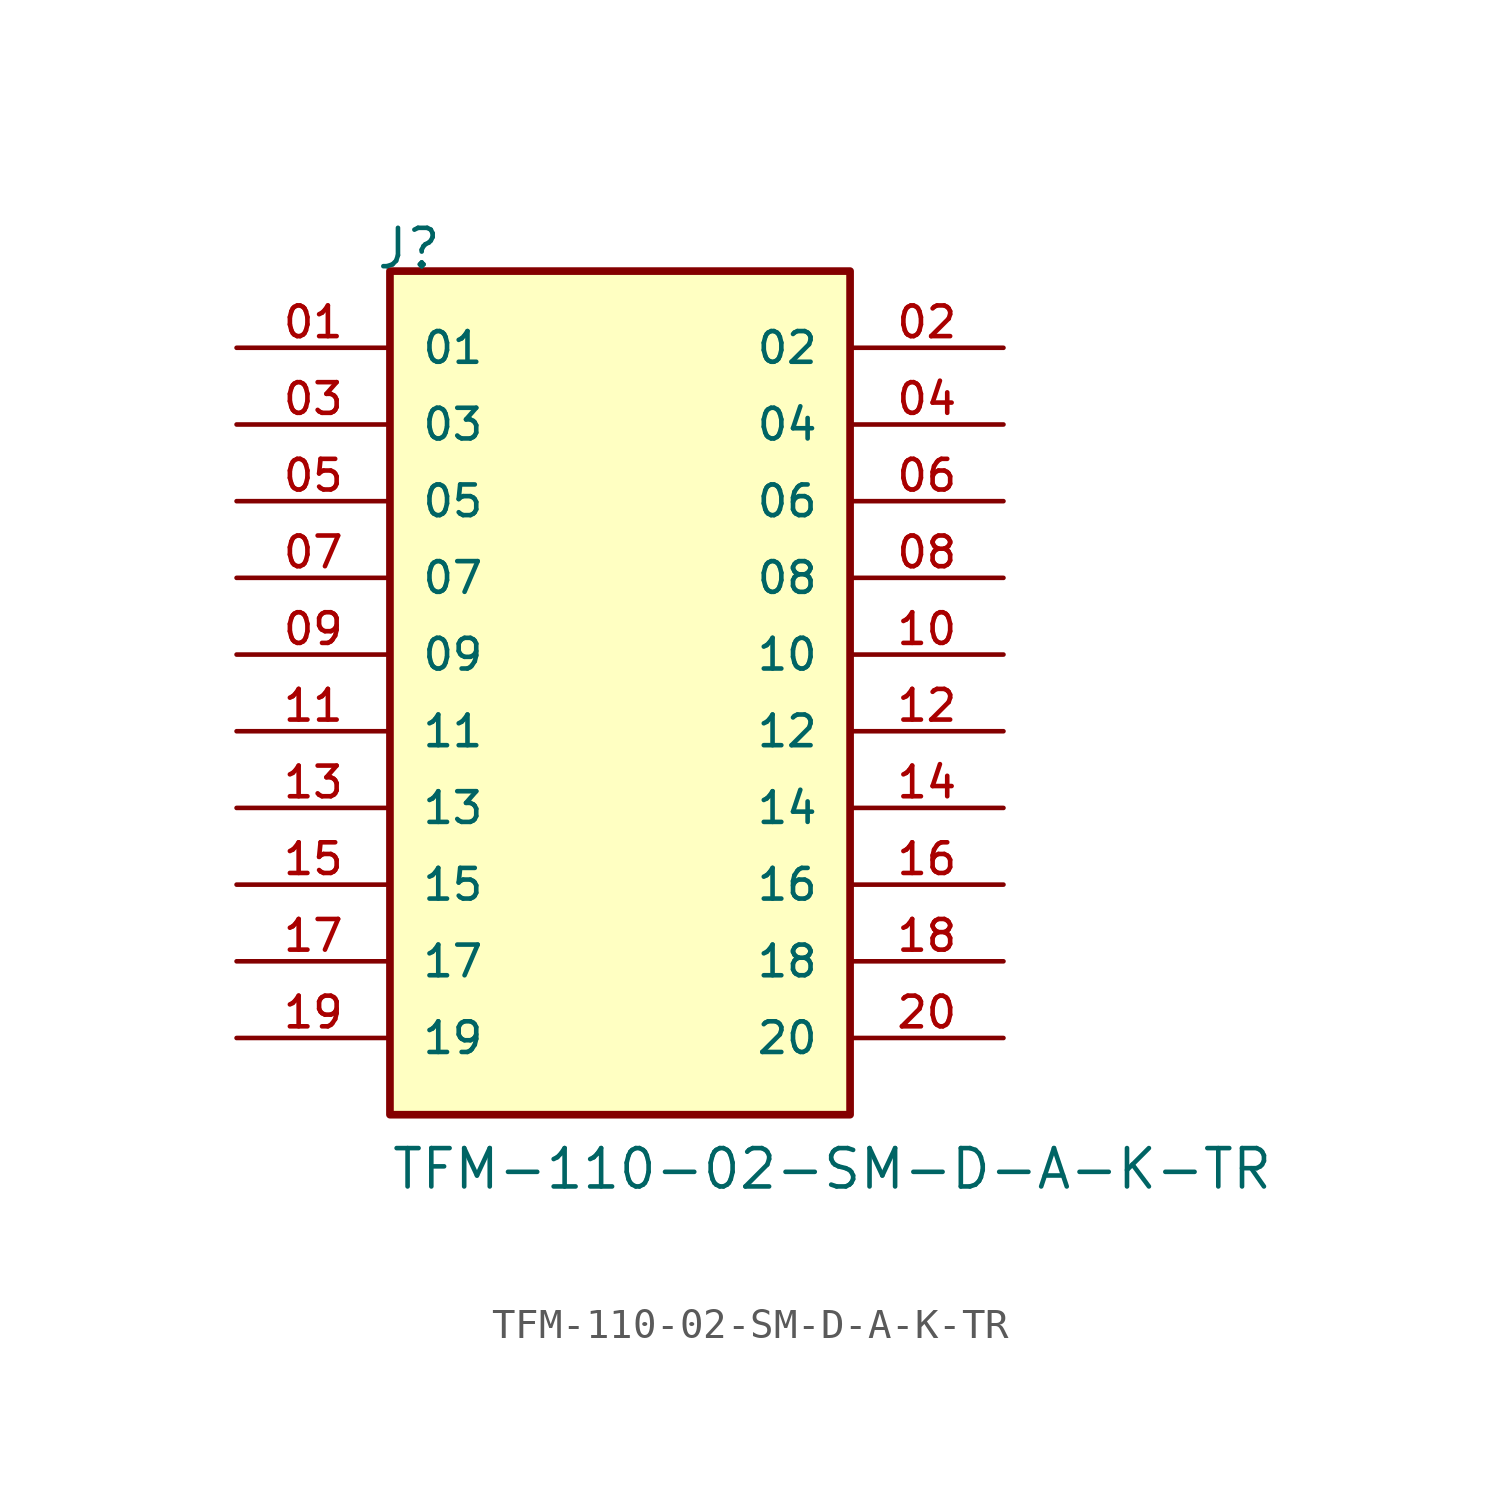
<source format=kicad_sym>
(kicad_symbol_lib
  (version 20211014)
  (generator kicad_symbol_editor)
  (symbol "TFM-110-02-SM-D-A-K-TR"
    (pin_names
      (offset 1.016))
    (property "Reference" "J"
      (at -8.12 15.24 0)
      (effects (font (size 1.27 1.27)) (justify bottom left)))
    (property "Value" "TFM-110-02-SM-D-A-K-TR"
      (at -7.62 -15.24 0)
      (effects (font (size 1.27 1.27)) (justify bottom left)))
    (symbol "TFM-110-02-SM-D-A-K-TR_0_0"
      (rectangle (start -7.62 -12.7) (end 7.62 15.24) (stroke (width 0.254)) (fill (type background)))
      (pin passive line (at -12.7 12.7 0) (length 5.08) (name "01" (effects (font (size 1.016 1.016)))) (number "01" (effects (font (size 1.016 1.016)))))
      (pin passive line (at 12.7 12.7 180.0) (length 5.08) (name "02" (effects (font (size 1.016 1.016)))) (number "02" (effects (font (size 1.016 1.016)))))
      (pin passive line (at -12.7 10.16 0) (length 5.08) (name "03" (effects (font (size 1.016 1.016)))) (number "03" (effects (font (size 1.016 1.016)))))
      (pin passive line (at 12.7 10.16 180.0) (length 5.08) (name "04" (effects (font (size 1.016 1.016)))) (number "04" (effects (font (size 1.016 1.016)))))
      (pin passive line (at -12.7 7.62 0) (length 5.08) (name "05" (effects (font (size 1.016 1.016)))) (number "05" (effects (font (size 1.016 1.016)))))
      (pin passive line (at 12.7 7.62 180.0) (length 5.08) (name "06" (effects (font (size 1.016 1.016)))) (number "06" (effects (font (size 1.016 1.016)))))
      (pin passive line (at -12.7 5.08 0) (length 5.08) (name "07" (effects (font (size 1.016 1.016)))) (number "07" (effects (font (size 1.016 1.016)))))
      (pin passive line (at 12.7 5.08 180.0) (length 5.08) (name "08" (effects (font (size 1.016 1.016)))) (number "08" (effects (font (size 1.016 1.016)))))
      (pin passive line (at -12.7 2.54 0) (length 5.08) (name "09" (effects (font (size 1.016 1.016)))) (number "09" (effects (font (size 1.016 1.016)))))
      (pin passive line (at 12.7 2.54 180.0) (length 5.08) (name "10" (effects (font (size 1.016 1.016)))) (number "10" (effects (font (size 1.016 1.016)))))
      (pin passive line (at -12.7 0.0 0) (length 5.08) (name "11" (effects (font (size 1.016 1.016)))) (number "11" (effects (font (size 1.016 1.016)))))
      (pin passive line (at 12.7 0.0 180.0) (length 5.08) (name "12" (effects (font (size 1.016 1.016)))) (number "12" (effects (font (size 1.016 1.016)))))
      (pin passive line (at -12.7 -2.54 0) (length 5.08) (name "13" (effects (font (size 1.016 1.016)))) (number "13" (effects (font (size 1.016 1.016)))))
      (pin passive line (at 12.7 -2.54 180.0) (length 5.08) (name "14" (effects (font (size 1.016 1.016)))) (number "14" (effects (font (size 1.016 1.016)))))
      (pin passive line (at -12.7 -5.08 0) (length 5.08) (name "15" (effects (font (size 1.016 1.016)))) (number "15" (effects (font (size 1.016 1.016)))))
      (pin passive line (at 12.7 -5.08 180.0) (length 5.08) (name "16" (effects (font (size 1.016 1.016)))) (number "16" (effects (font (size 1.016 1.016)))))
      (pin passive line (at -12.7 -7.62 0) (length 5.08) (name "17" (effects (font (size 1.016 1.016)))) (number "17" (effects (font (size 1.016 1.016)))))
      (pin passive line (at 12.7 -7.62 180.0) (length 5.08) (name "18" (effects (font (size 1.016 1.016)))) (number "18" (effects (font (size 1.016 1.016)))))
      (pin passive line (at -12.7 -10.16 0) (length 5.08) (name "19" (effects (font (size 1.016 1.016)))) (number "19" (effects (font (size 1.016 1.016)))))
      (pin passive line (at 12.7 -10.16 180.0) (length 5.08) (name "20" (effects (font (size 1.016 1.016)))) (number "20" (effects (font (size 1.016 1.016))))))))
</source>
